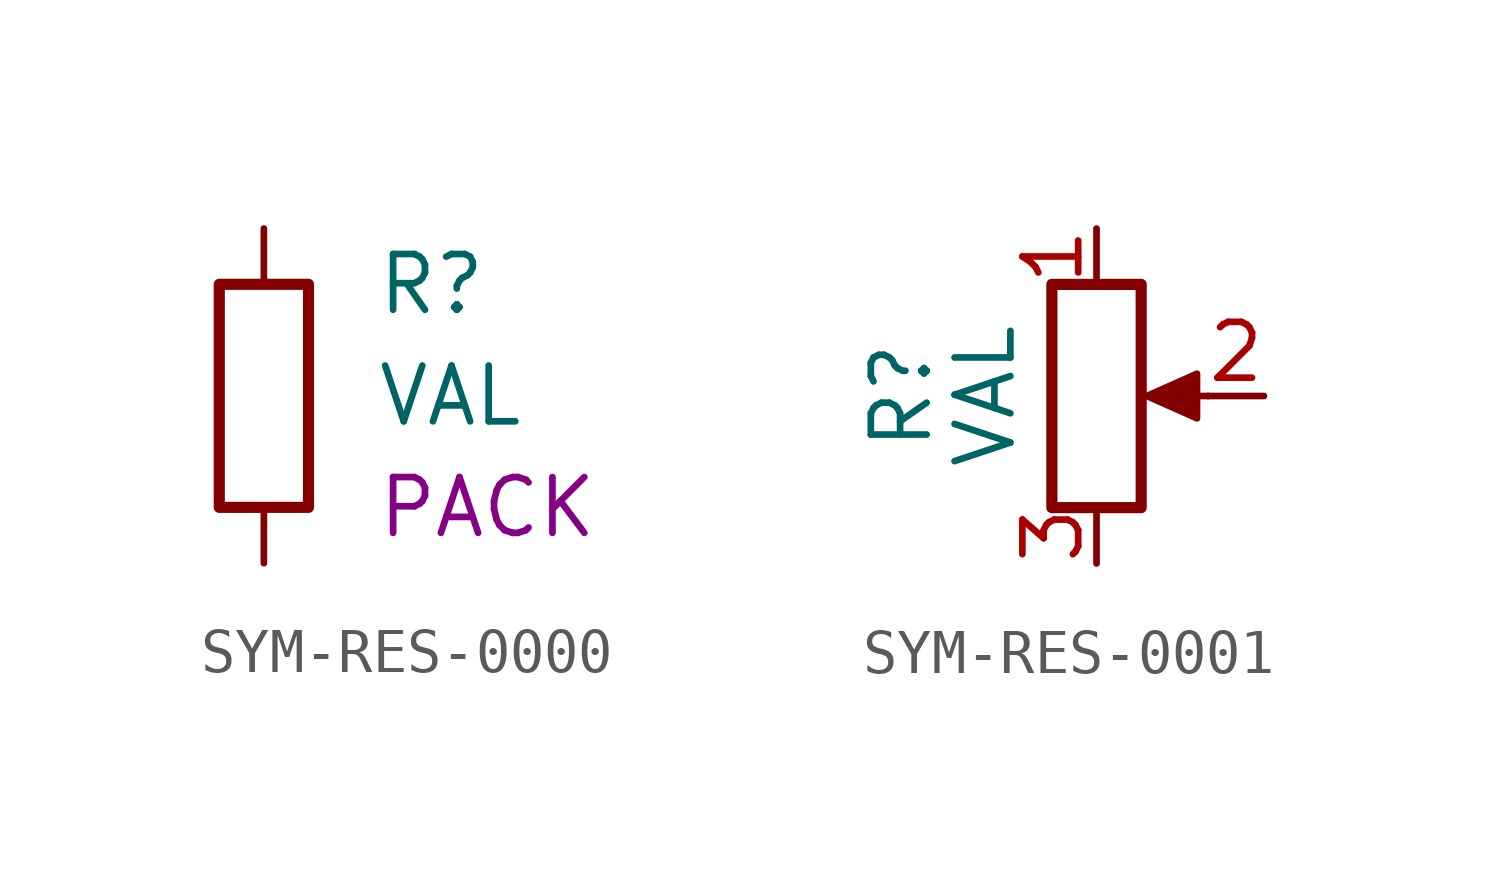
<source format=kicad_sym>
(kicad_symbol_lib
  (version 20241209)
  (generator "kicad_symbol_editor")
  (generator_version "9.0")
  (symbol "SYM-RES-0000"
    (pin_numbers
      (hide yes))
    (pin_names
      (offset 0.254)
      (hide yes))
    (property "Reference" "R"
      (at 2.54 2.54 0)
      (effects (font (size 1.27 1.27)) (justify left)))
    (property "Value" "VAL"
      (at 2.54 0 0)
      (effects (font (size 1.27 1.27)) (justify left)))
    (property "Package" "PACK"
      (at 2.54 -2.54 0)
      (effects (font (size 1.27 1.27)) (justify left)))
    (symbol "SYM-RES-0000_0_1"
      (rectangle (start -1.016 2.54) (end 1.016 -2.54) (stroke (width 0.254) (type default)) (fill (type none))))
    (symbol "SYM-RES-0000_1_1"
      (pin passive line (at 0 3.81 270) (length 1.27) (name "~" (effects (font (size 1.27 1.27)))) (number "1" (effects (font (size 1.27 1.27)))))
      (pin passive line (at 0 -3.81 90) (length 1.27) (name "~" (effects (font (size 1.27 1.27)))) (number "2" (effects (font (size 1.27 1.27)))))))
  (symbol "SYM-RES-0001"
    (pin_names
      (offset 1.016)
      (hide yes))
    (property "Reference" "R"
      (at -4.445 0 90)
      (effects (font (size 1.27 1.27))))
    (property "Value" "VAL"
      (at -2.54 0 90)
      (effects (font (size 1.27 1.27))))
    (symbol "SYM-RES-0001_0_1"
      (rectangle (start 1.016 2.54) (end -1.016 -2.54) (stroke (width 0.254) (type default)) (fill (type none)))
      (polyline (pts (xy 1.143 0) (xy 2.286 0.508) (xy 2.286 -0.508) (xy 1.143 0)) (stroke (width 0) (type default)) (fill (type outline)))
      (polyline (pts (xy 2.54 0) (xy 1.524 0)) (stroke (width 0) (type default)) (fill (type none))))
    (symbol "SYM-RES-0001_1_1"
      (pin passive line (at 0 3.81 270) (length 1.27) (name "1" (effects (font (size 1.27 1.27)))) (number "1" (effects (font (size 1.27 1.27)))))
      (pin passive line (at 0 -3.81 90) (length 1.27) (name "3" (effects (font (size 1.27 1.27)))) (number "3" (effects (font (size 1.27 1.27)))))
      (pin passive line (at 3.81 0 180) (length 1.27) (name "2" (effects (font (size 1.27 1.27)))) (number "2" (effects (font (size 1.27 1.27))))))))
</source>
